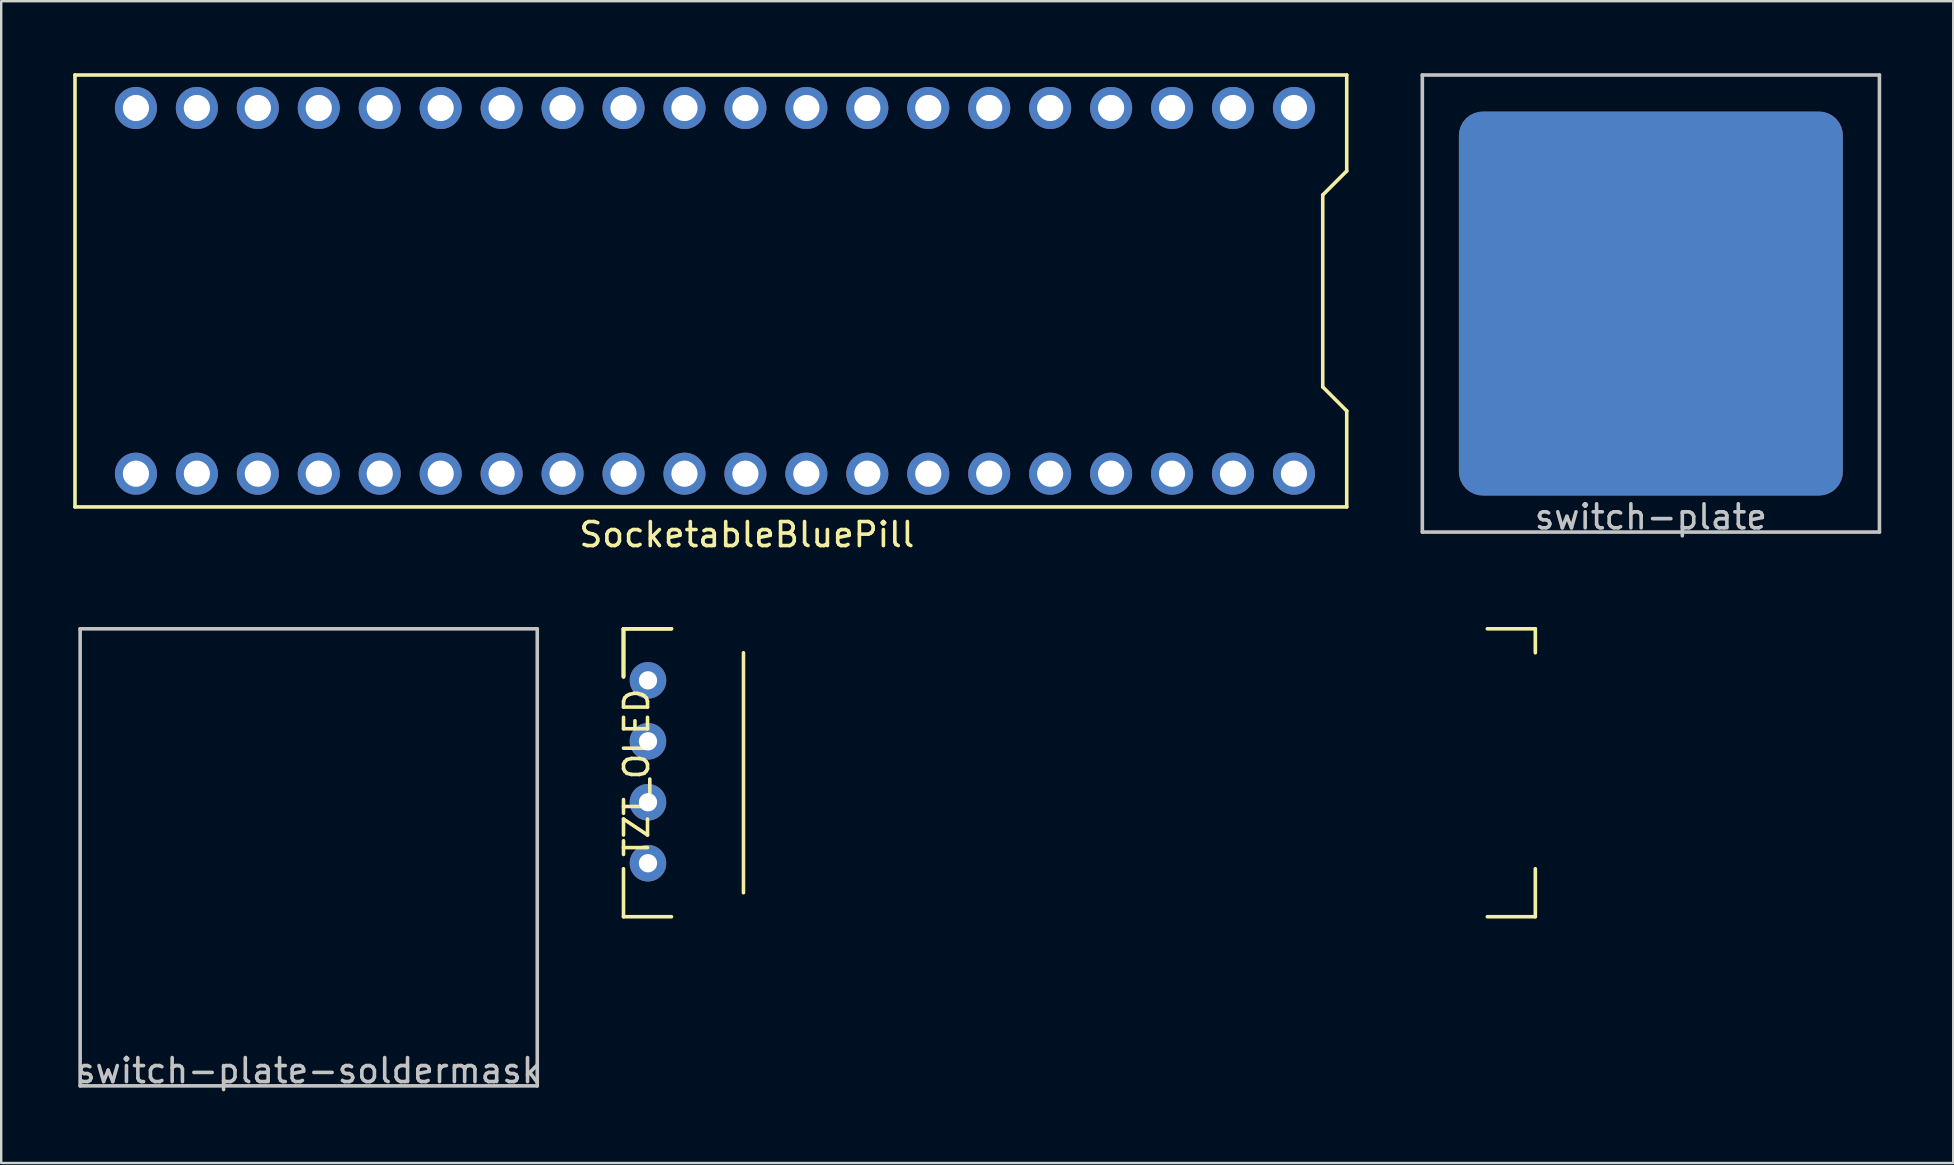
<source format=kicad_pcb>
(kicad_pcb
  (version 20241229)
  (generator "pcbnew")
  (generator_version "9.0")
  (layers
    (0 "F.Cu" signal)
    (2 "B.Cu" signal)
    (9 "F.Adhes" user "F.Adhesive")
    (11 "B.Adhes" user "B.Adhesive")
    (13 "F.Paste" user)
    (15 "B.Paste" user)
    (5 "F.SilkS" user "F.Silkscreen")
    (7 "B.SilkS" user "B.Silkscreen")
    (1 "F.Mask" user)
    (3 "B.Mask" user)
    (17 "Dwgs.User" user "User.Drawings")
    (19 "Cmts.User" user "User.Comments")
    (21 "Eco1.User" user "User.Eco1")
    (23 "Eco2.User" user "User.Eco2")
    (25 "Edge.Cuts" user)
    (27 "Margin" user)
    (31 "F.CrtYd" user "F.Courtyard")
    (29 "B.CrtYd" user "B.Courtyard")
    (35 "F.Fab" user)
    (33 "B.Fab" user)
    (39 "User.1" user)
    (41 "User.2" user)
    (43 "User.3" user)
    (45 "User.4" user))
  (footprint "TZT_OLED"
    (layer "F.Cu")
    (at 41.934 29.154)
    (property "Reference" "TZT_OLED" (at -18.454 0.000064 90) (layer "F.SilkS") (effects (font (size 1 1) (thickness 0.15))))
    (attr through_hole)
    (fp_line (start -19 -6) (end -19 -4) (stroke (width 0.15) (type solid)) (layer "F.SilkS"))
    (fp_line (start -19 -6) (end -17 -6) (stroke (width 0.15) (type solid)) (layer "F.SilkS"))
    (fp_line (start -19 -4) (end -19 -6) (stroke (width 0.15) (type solid)) (layer "F.SilkS"))
    (fp_line (start -19 -4) (end -19 -6) (stroke (width 0.15) (type solid)) (layer "F.SilkS"))
    (fp_line (start -19 4) (end -19 6) (stroke (width 0.15) (type solid)) (layer "F.SilkS"))
    (fp_line (start -19 6) (end -17 6) (stroke (width 0.15) (type solid)) (layer "F.SilkS"))
    (fp_line (start -17 -6) (end -19 -6) (stroke (width 0.15) (type solid)) (layer "F.SilkS"))
    (fp_line (start -14 -5) (end -14 5) (stroke (width 0.15) (type solid)) (layer "F.SilkS"))
    (fp_line (start 17 -6) (end 19 -6) (stroke (width 0.15) (type solid)) (layer "F.SilkS"))
    (fp_line (start 19 -6) (end 19 -5) (stroke (width 0.15) (type solid)) (layer "F.SilkS"))
    (fp_line (start 19 4) (end 19 6) (stroke (width 0.15) (type solid)) (layer "F.SilkS"))
    (fp_line (start 19 6) (end 17 6) (stroke (width 0.15) (type solid)) (layer "F.SilkS"))
    (pad "1" thru_hole circle (at -17.98 -3.85) (size 1.524 1.524) (drill 0.762) (layers "*.Cu" "*.Mask"))
    (pad "2" thru_hole circle (at -17.98 -1.31) (size 1.524 1.524) (drill 0.762) (layers "*.Cu" "*.Mask"))
    (pad "3" thru_hole circle (at -17.98 1.23) (size 1.524 1.524) (drill 0.762) (layers "*.Cu" "*.Mask"))
    (pad "4" thru_hole circle (at -17.98 3.77) (size 1.524 1.524) (drill 0.762) (layers "*.Cu" "*.Mask")))
  (footprint "SocketableBluePill"
    (layer "F.Cu")
    (at 26.745 9.071)
    (property "Reference" "SocketableBluePill" (at 1.33 10.16 0) (layer "F.SilkS") (effects (font (size 1 1) (thickness 0.15))))
    (attr through_hole)
    (fp_line (start -26.67 -8.996) (end -26.67 9.004) (stroke (width 0.15) (type solid)) (layer "F.SilkS"))
    (fp_line (start -26.67 -8.996) (end 26.33 -8.996) (stroke (width 0.15) (type solid)) (layer "F.SilkS"))
    (fp_line (start -26.67 9.004) (end 26.33 9.004) (stroke (width 0.15) (type solid)) (layer "F.SilkS"))
    (fp_line (start 25.33 -3.996) (end 25.33 4.004) (stroke (width 0.15) (type solid)) (layer "F.SilkS"))
    (fp_line (start 25.33 4.004) (end 26.33 5.004) (stroke (width 0.15) (type solid)) (layer "F.SilkS"))
    (fp_line (start 26.33 -8.996) (end 26.33 -4.996) (stroke (width 0.15) (type solid)) (layer "F.SilkS"))
    (fp_line (start 26.33 -4.996) (end 25.33 -3.996) (stroke (width 0.15) (type solid)) (layer "F.SilkS"))
    (fp_line (start 26.33 9.004) (end 26.33 5.004) (stroke (width 0.15) (type solid)) (layer "F.SilkS"))
    (pad "1" thru_hole circle (at -24.13 7.62) (size 1.753 1.753) (drill 1.092) (layers "*.Cu" "*.Mask"))
    (pad "2" thru_hole circle (at -21.59 7.62) (size 1.753 1.753) (drill 1.092) (layers "*.Cu" "*.Mask"))
    (pad "3" thru_hole circle (at -19.05 7.62) (size 1.753 1.753) (drill 1.092) (layers "*.Cu" "*.Mask"))
    (pad "4" thru_hole circle (at -16.51 7.62) (size 1.753 1.753) (drill 1.092) (layers "*.Cu" "*.Mask"))
    (pad "5" thru_hole circle (at -13.97 7.62) (size 1.753 1.753) (drill 1.092) (layers "*.Cu" "*.Mask"))
    (pad "6" thru_hole circle (at -11.43 7.62) (size 1.753 1.753) (drill 1.092) (layers "*.Cu" "*.Mask"))
    (pad "7" thru_hole circle (at -8.89 7.62) (size 1.753 1.753) (drill 1.092) (layers "*.Cu" "*.Mask"))
    (pad "8" thru_hole circle (at -6.35 7.62) (size 1.753 1.753) (drill 1.092) (layers "*.Cu" "*.Mask"))
    (pad "9" thru_hole circle (at -3.81 7.62) (size 1.753 1.753) (drill 1.092) (layers "*.Cu" "*.Mask"))
    (pad "10" thru_hole circle (at -1.27 7.62) (size 1.753 1.753) (drill 1.092) (layers "*.Cu" "*.Mask"))
    (pad "11" thru_hole circle (at 1.27 7.62) (size 1.753 1.753) (drill 1.092) (layers "*.Cu" "*.Mask"))
    (pad "12" thru_hole circle (at 3.81 7.62) (size 1.753 1.753) (drill 1.092) (layers "*.Cu" "*.Mask"))
    (pad "13" thru_hole circle (at 6.35 7.62) (size 1.753 1.753) (drill 1.092) (layers "*.Cu" "*.Mask"))
    (pad "14" thru_hole circle (at 8.89 7.62) (size 1.753 1.753) (drill 1.092) (layers "*.Cu" "*.Mask"))
    (pad "15" thru_hole circle (at 11.43 7.62) (size 1.753 1.753) (drill 1.092) (layers "*.Cu" "*.Mask"))
    (pad "16" thru_hole circle (at 13.97 7.62) (size 1.753 1.753) (drill 1.092) (layers "*.Cu" "*.Mask"))
    (pad "17" thru_hole circle (at 16.51 7.62) (size 1.753 1.753) (drill 1.092) (layers "*.Cu" "*.Mask"))
    (pad "18" thru_hole circle (at 19.05 7.62) (size 1.753 1.753) (drill 1.092) (layers "*.Cu" "*.Mask"))
    (pad "19" thru_hole circle (at 21.59 7.62) (size 1.753 1.753) (drill 1.092) (layers "*.Cu" "*.Mask"))
    (pad "20" thru_hole circle (at 24.13 7.62) (size 1.753 1.753) (drill 1.092) (layers "*.Cu" "*.Mask"))
    (pad "21" thru_hole circle (at -24.13 -7.62) (size 1.753 1.753) (drill 1.092) (layers "*.Cu" "*.Mask"))
    (pad "22" thru_hole circle (at -21.59 -7.62) (size 1.753 1.753) (drill 1.092) (layers "*.Cu" "*.Mask"))
    (pad "23" thru_hole circle (at -19.05 -7.62) (size 1.753 1.753) (drill 1.092) (layers "*.Cu" "*.Mask"))
    (pad "24" thru_hole circle (at -16.51 -7.62) (size 1.753 1.753) (drill 1.092) (layers "*.Cu" "*.Mask"))
    (pad "25" thru_hole circle (at -13.97 -7.62) (size 1.753 1.753) (drill 1.092) (layers "*.Cu" "*.Mask"))
    (pad "26" thru_hole circle (at -11.43 -7.62) (size 1.753 1.753) (drill 1.092) (layers "*.Cu" "*.Mask"))
    (pad "27" thru_hole circle (at -8.89 -7.62) (size 1.753 1.753) (drill 1.092) (layers "*.Cu" "*.Mask"))
    (pad "28" thru_hole circle (at -6.35 -7.62) (size 1.753 1.753) (drill 1.092) (layers "*.Cu" "*.Mask"))
    (pad "29" thru_hole circle (at -3.81 -7.62) (size 1.753 1.753) (drill 1.092) (layers "*.Cu" "*.Mask"))
    (pad "30" thru_hole circle (at -1.27 -7.62) (size 1.753 1.753) (drill 1.092) (layers "*.Cu" "*.Mask"))
    (pad "31" thru_hole circle (at 1.27 -7.62) (size 1.753 1.753) (drill 1.092) (layers "*.Cu" "*.Mask"))
    (pad "32" thru_hole circle (at 3.81 -7.62) (size 1.753 1.753) (drill 1.092) (layers "*.Cu" "*.Mask"))
    (pad "33" thru_hole circle (at 6.35 -7.62) (size 1.753 1.753) (drill 1.092) (layers "*.Cu" "*.Mask"))
    (pad "34" thru_hole circle (at 8.89 -7.62) (size 1.753 1.753) (drill 1.092) (layers "*.Cu" "*.Mask"))
    (pad "35" thru_hole circle (at 11.43 -7.62) (size 1.753 1.753) (drill 1.092) (layers "*.Cu" "*.Mask"))
    (pad "36" thru_hole circle (at 13.97 -7.62) (size 1.753 1.753) (drill 1.092) (layers "*.Cu" "*.Mask"))
    (pad "37" thru_hole circle (at 16.51 -7.62) (size 1.753 1.753) (drill 1.092) (layers "*.Cu" "*.Mask"))
    (pad "38" thru_hole circle (at 19.05 -7.62) (size 1.753 1.753) (drill 1.092) (layers "*.Cu" "*.Mask"))
    (pad "39" thru_hole circle (at 21.59 -7.62) (size 1.753 1.753) (drill 1.092) (layers "*.Cu" "*.Mask"))
    (pad "40" thru_hole circle (at 24.13 -7.62) (size 1.753 1.753) (drill 1.092) (layers "*.Cu" "*.Mask")))
  (footprint "switch-plate"
    (layer "F.Cu")
    (at 65.75 9.6)
    (property "Reference" "switch-plate" (at 0 8.89 0) (layer "Dwgs.User") (effects (font (size 1 1) (thickness 0.15))))
    (attr through_hole)
    (fp_line (start -9.525 -9.525) (end 9.525 -9.525) (stroke (width 0.15) (type solid)) (layer "Dwgs.User"))
    (fp_line (start -9.525 9.525) (end -9.525 -9.525) (stroke (width 0.15) (type solid)) (layer "Dwgs.User"))
    (fp_line (start 9.525 -9.525) (end 9.525 9.525) (stroke (width 0.15) (type solid)) (layer "Dwgs.User"))
    (fp_line (start 9.525 9.525) (end -9.525 9.525) (stroke (width 0.15) (type solid)) (layer "Dwgs.User"))
    (pad "" smd roundrect (at 0 0) (size 16 16) (layers "*.Mask") (roundrect_rratio 0.062))
    (pad "1" smd roundrect (at 0 0) (size 16 16) (layers "F.Cu" "F.Mask" "F.Paste") (roundrect_rratio 0.062))
    (pad "1" smd roundrect (at 0 0) (size 16 16) (layers "B.Cu" "B.Mask" "B.Paste") (roundrect_rratio 0.062)))
  (footprint "switch-plate-soldermask"
    (layer "F.Cu")
    (at 9.815 32.679)
    (property "Reference" "switch-plate-soldermask" (at 0 8.89 0) (layer "Dwgs.User") (effects (font (size 1 1) (thickness 0.15))))
    (attr through_hole)
    (fp_line (start -9.525 -9.525) (end 9.525 -9.525) (stroke (width 0.15) (type solid)) (layer "Dwgs.User"))
    (fp_line (start -9.525 9.525) (end -9.525 -9.525) (stroke (width 0.15) (type solid)) (layer "Dwgs.User"))
    (fp_line (start 9.525 -9.525) (end 9.525 9.525) (stroke (width 0.15) (type solid)) (layer "Dwgs.User"))
    (fp_line (start 9.525 9.525) (end -9.525 9.525) (stroke (width 0.15) (type solid)) (layer "Dwgs.User"))
    (pad "" smd roundrect (at 0 0) (size 16 16) (layers "*.Mask") (roundrect_rratio 0.062)))
  (gr_rect
    (start -3 -3)
    (end 78.35 45.417)
    (stroke (width 0.1) (type default))
    (fill no)
    (layer "Edge.Cuts")))
</source>
